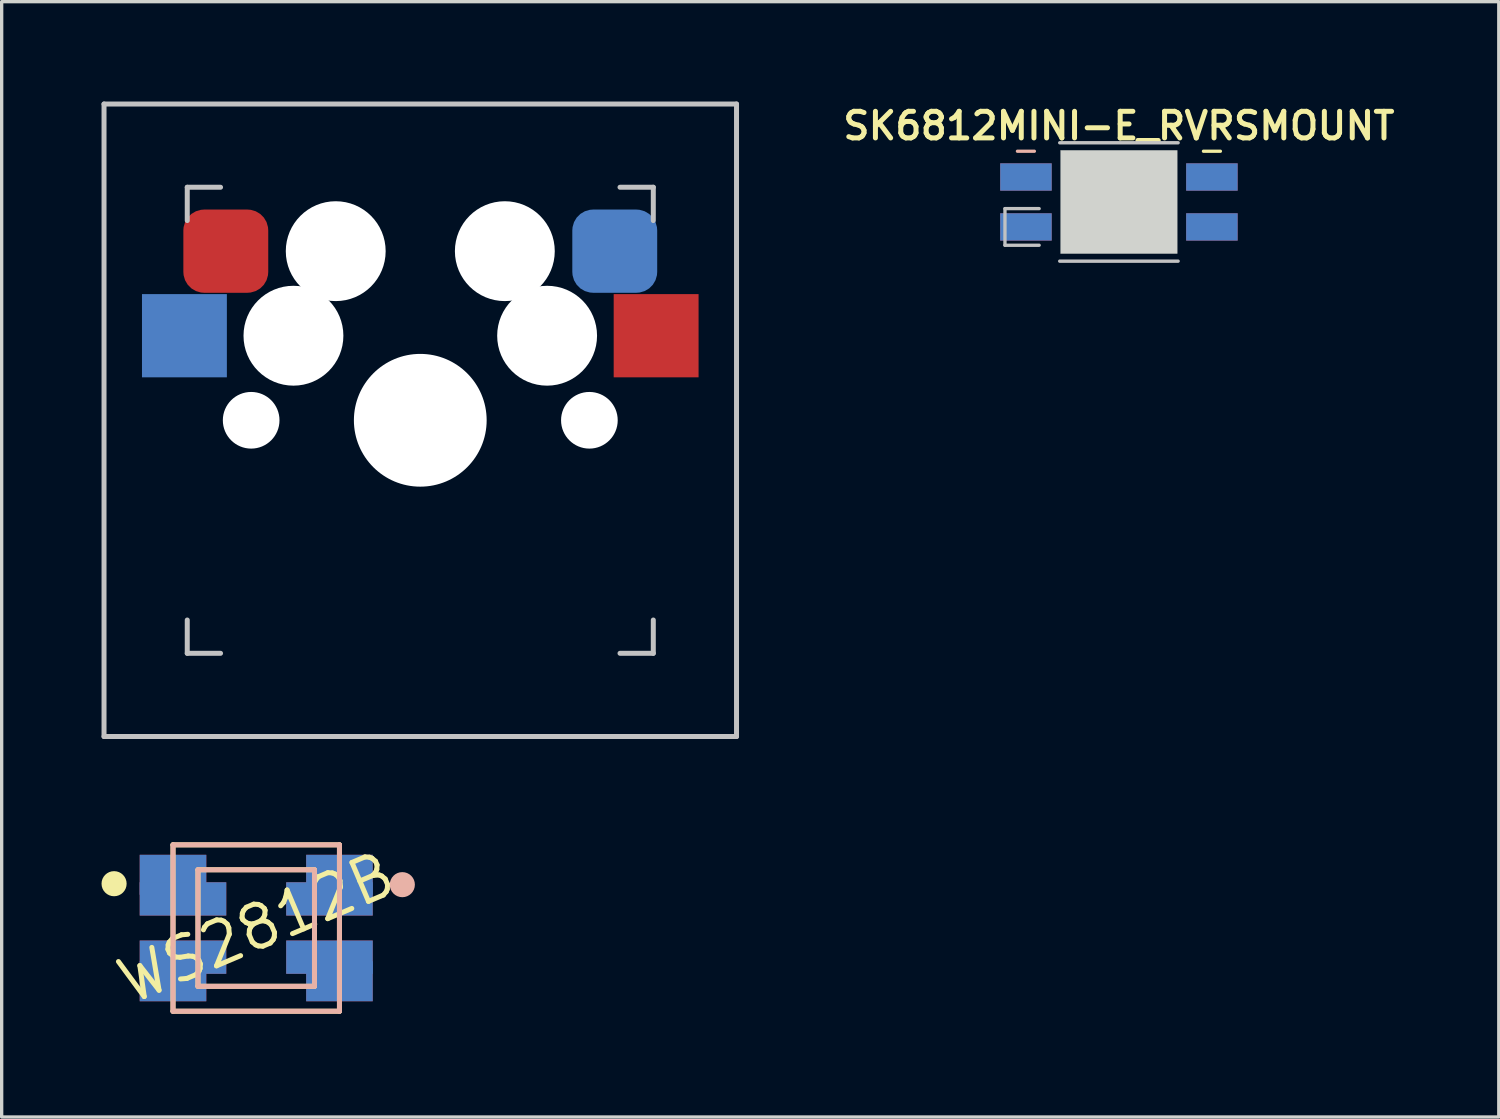
<source format=kicad_pcb>
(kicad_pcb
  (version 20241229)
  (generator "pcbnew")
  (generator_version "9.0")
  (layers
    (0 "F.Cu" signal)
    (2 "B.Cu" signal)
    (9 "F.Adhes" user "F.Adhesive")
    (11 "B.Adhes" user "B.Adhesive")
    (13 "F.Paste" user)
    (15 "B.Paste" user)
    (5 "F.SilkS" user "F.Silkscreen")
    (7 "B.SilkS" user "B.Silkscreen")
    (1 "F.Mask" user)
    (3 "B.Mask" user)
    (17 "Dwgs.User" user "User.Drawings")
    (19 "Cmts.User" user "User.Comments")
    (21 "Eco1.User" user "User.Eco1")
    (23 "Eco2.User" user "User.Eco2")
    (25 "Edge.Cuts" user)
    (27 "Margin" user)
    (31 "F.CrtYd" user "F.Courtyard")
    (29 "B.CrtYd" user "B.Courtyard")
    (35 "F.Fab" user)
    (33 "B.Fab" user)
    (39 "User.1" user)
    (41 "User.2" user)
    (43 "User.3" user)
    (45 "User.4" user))
  (footprint "MX"
    (layer "F.Cu")
    (at 9.575 9.575)
    (property "Reference" "MX" (at 0 0 203) (layer "F.SilkS") (effects (font (size 1.27 1.27) (thickness 0.15))))
    (attr through_hole)
    (fp_line (start -9.5 -9.5) (end 9.5 -9.5) (stroke (width 0.15) (type solid)) (layer "Dwgs.User"))
    (fp_line (start -9.5 9.5) (end -9.5 -9.5) (stroke (width 0.15) (type solid)) (layer "Dwgs.User"))
    (fp_line (start -7 7) (end -7 6) (stroke (width 0.15) (type solid)) (layer "Dwgs.User"))
    (fp_line (start -7 7) (end -6 7) (stroke (width 0.15) (type solid)) (layer "Dwgs.User"))
    (fp_line (start -7 -6) (end -7 -7) (stroke (width 0.15) (type solid)) (layer "Dwgs.User"))
    (fp_line (start -6 -7) (end -7 -7) (stroke (width 0.15) (type solid)) (layer "Dwgs.User"))
    (fp_line (start 6 7) (end 7 7) (stroke (width 0.15) (type solid)) (layer "Dwgs.User"))
    (fp_line (start 7 6) (end 7 7) (stroke (width 0.15) (type solid)) (layer "Dwgs.User"))
    (fp_line (start 7 -7) (end 6 -7) (stroke (width 0.15) (type solid)) (layer "Dwgs.User"))
    (fp_line (start 7 -7) (end 7 -6) (stroke (width 0.15) (type solid)) (layer "Dwgs.User"))
    (fp_line (start 9.5 -9.5) (end 9.5 9.5) (stroke (width 0.15) (type solid)) (layer "Dwgs.User"))
    (fp_line (start 9.5 9.5) (end -9.5 9.5) (stroke (width 0.15) (type solid)) (layer "Dwgs.User"))
    (pad "" np_thru_hole circle (at -5.08 0.000001 203) (size 1.702 1.702) (drill 1.702) (layers "*.Cu" "*.Mask"))
    (pad "" np_thru_hole circle (at -3.81 -2.54 203) (size 3 3) (drill 3) (layers "*.Cu" "*.Mask"))
    (pad "" np_thru_hole circle (at -2.54 -5.08 203) (size 3 3) (drill 3) (layers "*.Cu" "*.Mask"))
    (pad "" np_thru_hole circle (at 0 0 203) (size 3.988 3.988) (drill 3.988) (layers "*.Cu" "*.Mask"))
    (pad "" np_thru_hole circle (at 2.54 -5.08 203) (size 3 3) (drill 3) (layers "*.Cu" "*.Mask"))
    (pad "" np_thru_hole circle (at 3.81 -2.54 203) (size 3 3) (drill 3) (layers "*.Cu" "*.Mask"))
    (pad "" np_thru_hole circle (at 5.08 -0.000001 203) (size 1.702 1.702) (drill 1.702) (layers "*.Cu" "*.Mask"))
    (pad "1" smd rect (at -7.085 -2.54) (size 2.55 2.5) (layers "B.Cu" "B.Mask" "B.Paste"))
    (pad "1" smd rect (at 7.085 -2.54) (size 2.55 2.5) (layers "F.Cu" "F.Mask" "F.Paste"))
    (pad "2" smd roundrect (at -5.842 -5.08) (size 2.55 2.5) (layers "F.Cu" "F.Mask" "F.Paste") (roundrect_rratio 0.25))
    (pad "2" smd roundrect (at 5.842 -5.08) (size 2.55 2.5) (layers "B.Cu" "B.Mask" "B.Paste") (roundrect_rratio 0.25)))
  (footprint "SK6812MINI-E_RVRSMOUNT"
    (layer "F.Cu")
    (at 30.562 3.017)
    (property "Reference" "SK6812MINI-E_RVRSMOUNT" (at 0 -2.286 0) (layer "F.SilkS") (effects (font (size 0.8 0.8) (thickness 0.15))))
    (attr smd)
    (fp_line (start 2.54 -1.524) (end 3.048 -1.524) (stroke (width 0.1) (type default)) (layer "F.SilkS"))
    (fp_line (start -3.048 -1.524) (end -2.54 -1.524) (stroke (width 0.1) (type default)) (layer "B.SilkS"))
    (fp_line (start -3.423 0.2) (end -2.396 0.2) (stroke (width 0.1) (type solid)) (layer "Dwgs.User"))
    (fp_line (start -3.423 1.3) (end -3.423 0.2) (stroke (width 0.1) (type solid)) (layer "Dwgs.User"))
    (fp_line (start -2.396 1.3) (end -3.423 1.3) (stroke (width 0.1) (type solid)) (layer "Dwgs.User"))
    (fp_line (start -1.75 -1.55) (end 1.75 -1.55) (stroke (width 0.001) (type solid)) (layer "Dwgs.User"))
    (fp_line (start -1.75 1.55) (end -1.75 -1.55) (stroke (width 0.001) (type solid)) (layer "Dwgs.User"))
    (fp_line (start 1.75 -1.55) (end 1.75 1.55) (stroke (width 0.001) (type solid)) (layer "Dwgs.User"))
    (fp_line (start 1.75 1.55) (end -1.75 1.55) (stroke (width 0.001) (type solid)) (layer "Dwgs.User"))
    (fp_line (start 1.778 -1.778) (end -1.778 -1.778) (stroke (width 0.102) (type solid)) (layer "Dwgs.User"))
    (fp_line (start 1.778 1.778) (end -1.778 1.778) (stroke (width 0.102) (type solid)) (layer "Dwgs.User"))
    (fp_rect (start -1.75 -1.55) (end 1.75 1.55) (stroke (width 0.01) (type solid)) (fill yes) (layer "Edge.Cuts"))
    (pad "1" smd custom (at -2.794 -0.75) (size 1.35 0.635) (layers "B.Cu" "B.Mask" "B.Paste") (options (anchor rect)) (primitives (gr_poly (pts (xy 0.774 0.41) (xy -0.772 0.41) (xy -0.772 -0.41) (xy 0.774 -0.41)) (width 0.001) (fill yes))))
    (pad "1" smd custom (at 2.794 -0.75) (size 1.35 0.635) (layers "F.Cu" "F.Mask" "F.Paste") (options (anchor rect)) (primitives (gr_poly (pts (xy -0.774 0.41) (xy 0.772 0.41) (xy 0.772 -0.41) (xy -0.774 -0.41)) (width 0.001) (fill yes))))
    (pad "2" smd custom (at -2.794 0.75) (size 1.35 0.635) (layers "B.Cu" "B.Mask" "B.Paste") (options (anchor rect)) (primitives (gr_poly (pts (xy -0.772 -0.41) (xy -0.772 0.41) (xy 0.774 0.41) (xy 0.774 -0.41)) (width 0.001) (fill yes))))
    (pad "2" smd custom (at 2.794 0.75) (size 1.35 0.635) (layers "F.Cu" "F.Mask" "F.Paste") (options (anchor rect)) (primitives (gr_poly (pts (xy 0.772 -0.41) (xy 0.772 0.41) (xy -0.774 0.41) (xy -0.774 -0.41)) (width 0.001) (fill yes))))
    (pad "3" smd custom (at -2.794 0.75) (size 1.35 0.635) (layers "F.Cu" "F.Mask" "F.Paste") (options (anchor rect)) (primitives (gr_poly (pts (xy -0.772 -0.41) (xy -0.772 0.41) (xy 0.774 0.41) (xy 0.774 -0.41)) (width 0.001) (fill yes))))
    (pad "3" smd custom (at 2.794 0.75) (size 1.35 0.635) (layers "B.Cu" "B.Mask" "B.Paste") (options (anchor rect)) (primitives (gr_poly (pts (xy 0.772 -0.41) (xy 0.772 0.41) (xy -0.774 0.41) (xy -0.774 -0.41)) (width 0.001) (fill yes))))
    (pad "4" smd custom (at -2.794 -0.75) (size 1.35 0.635) (layers "F.Cu" "F.Mask" "F.Paste") (options (anchor rect)) (primitives (gr_poly (pts (xy 0.774 -0.41) (xy 0.774 0.41) (xy -0.772 0.41) (xy -0.772 -0.41)) (width 0.001) (fill yes))))
    (pad "4" smd custom (at 2.794 -0.75) (size 1.35 0.635) (layers "B.Cu" "B.Mask" "B.Paste") (options (anchor rect)) (primitives (gr_poly (pts (xy -0.774 -0.41) (xy -0.774 0.41) (xy 0.772 0.41) (xy 0.772 -0.41)) (width 0.001) (fill yes)))))
  (footprint "WS2812B"
    (layer "F.Cu")
    (at 4.647 24.828)
    (property "Reference" "WS2812B" (at 0 0 23) (layer "F.SilkS") (effects (font (size 1.27 1.27) (thickness 0.15))))
    (attr through_hole)
    (fp_line (start -2.5 -2.5) (end -2.5 2.5) (stroke (width 0.15) (type solid)) (layer "F.SilkS"))
    (fp_line (start -2.5 2.5) (end 2.5 2.5) (stroke (width 0.15) (type solid)) (layer "F.SilkS"))
    (fp_line (start -1.75 -1.75) (end -1.75 1.75) (stroke (width 0.15) (type solid)) (layer "F.SilkS"))
    (fp_line (start -1.75 1.75) (end 1.75 1.75) (stroke (width 0.15) (type solid)) (layer "F.SilkS"))
    (fp_line (start 1.75 -1.75) (end -1.75 -1.75) (stroke (width 0.15) (type solid)) (layer "F.SilkS"))
    (fp_line (start 1.75 1.75) (end 1.75 -1.75) (stroke (width 0.15) (type solid)) (layer "F.SilkS"))
    (fp_line (start 2.5 -2.5) (end -2.5 -2.5) (stroke (width 0.15) (type solid)) (layer "F.SilkS"))
    (fp_line (start 2.5 2.5) (end 2.5 -2.5) (stroke (width 0.15) (type solid)) (layer "F.SilkS"))
    (fp_circle (center -4.27 -1.332) (end -4.267 -1.055) (stroke (width 0.2) (type default)) (fill yes) (layer "F.SilkS"))
    (fp_line (start -2.5 -2.5) (end -2.5 2.5) (stroke (width 0.15) (type solid)) (layer "B.SilkS"))
    (fp_line (start -2.5 2.5) (end 2.5 2.5) (stroke (width 0.15) (type solid)) (layer "B.SilkS"))
    (fp_line (start -1.75 -1.75) (end -1.75 1.75) (stroke (width 0.15) (type solid)) (layer "B.SilkS"))
    (fp_line (start -1.75 1.75) (end 1.75 1.75) (stroke (width 0.15) (type solid)) (layer "B.SilkS"))
    (fp_line (start 1.75 -1.75) (end -1.75 -1.75) (stroke (width 0.15) (type solid)) (layer "B.SilkS"))
    (fp_line (start 1.75 1.75) (end 1.75 -1.75) (stroke (width 0.15) (type solid)) (layer "B.SilkS"))
    (fp_line (start 2.5 -2.5) (end -2.5 -2.5) (stroke (width 0.15) (type solid)) (layer "B.SilkS"))
    (fp_line (start 2.5 2.5) (end 2.5 -2.5) (stroke (width 0.15) (type solid)) (layer "B.SilkS"))
    (fp_circle (center 4.389 -1.303) (end 4.392 -1.026) (stroke (width 0.2) (type default)) (fill yes) (layer "B.SilkS"))
    (pad "1" smd rect (at -2.5 -1.6) (size 2 1.2) (layers "F.Cu" "F.Mask" "F.Paste"))
    (pad "1" smd rect (at -2.2 -0.875) (size 2.6 1) (layers "F.Cu" "F.Mask" "F.Paste"))
    (pad "1" smd rect (at 2.2 -0.875) (size 2.6 1) (layers "B.Cu" "B.Mask" "B.Paste"))
    (pad "1" smd rect (at 2.5 -1.6) (size 2 1.2) (layers "B.Cu" "B.Mask" "B.Paste"))
    (pad "2" smd rect (at -2.5 1.6) (size 2 1.2) (layers "F.Cu" "F.Mask" "F.Paste"))
    (pad "2" smd rect (at -2.2 0.875) (size 2.6 1) (layers "F.Cu" "F.Mask" "F.Paste"))
    (pad "2" smd rect (at 2.2 0.875) (size 2.6 1) (layers "B.Cu" "B.Mask" "B.Paste"))
    (pad "2" smd rect (at 2.5 1.6) (size 2 1.2) (layers "B.Cu" "B.Mask" "B.Paste"))
    (pad "3" smd rect (at -2.5 1.6) (size 2 1.2) (layers "B.Cu" "B.Mask" "B.Paste"))
    (pad "3" smd rect (at -2.2 0.875) (size 2.6 1) (layers "B.Cu" "B.Mask" "B.Paste"))
    (pad "3" smd rect (at 2.2 0.875) (size 2.6 1) (layers "F.Cu" "F.Mask" "F.Paste"))
    (pad "3" smd rect (at 2.5 1.6) (size 2 1.2) (layers "F.Cu" "F.Mask" "F.Paste"))
    (pad "4" smd rect (at -2.5 -1.6) (size 2 1.2) (layers "B.Cu" "B.Mask" "B.Paste"))
    (pad "4" smd rect (at -2.2 -0.875) (size 2.6 1) (layers "B.Cu" "B.Mask" "B.Paste"))
    (pad "4" smd rect (at 2.2 -0.875) (size 2.6 1) (layers "F.Cu" "F.Mask" "F.Paste"))
    (pad "4" smd rect (at 2.5 -1.6) (size 2 1.2) (layers "F.Cu" "F.Mask" "F.Paste")))
  (gr_rect
    (start -3 -3)
    (end 41.973 30.505)
    (stroke (width 0.1) (type default))
    (fill no)
    (layer "Edge.Cuts")))
</source>
